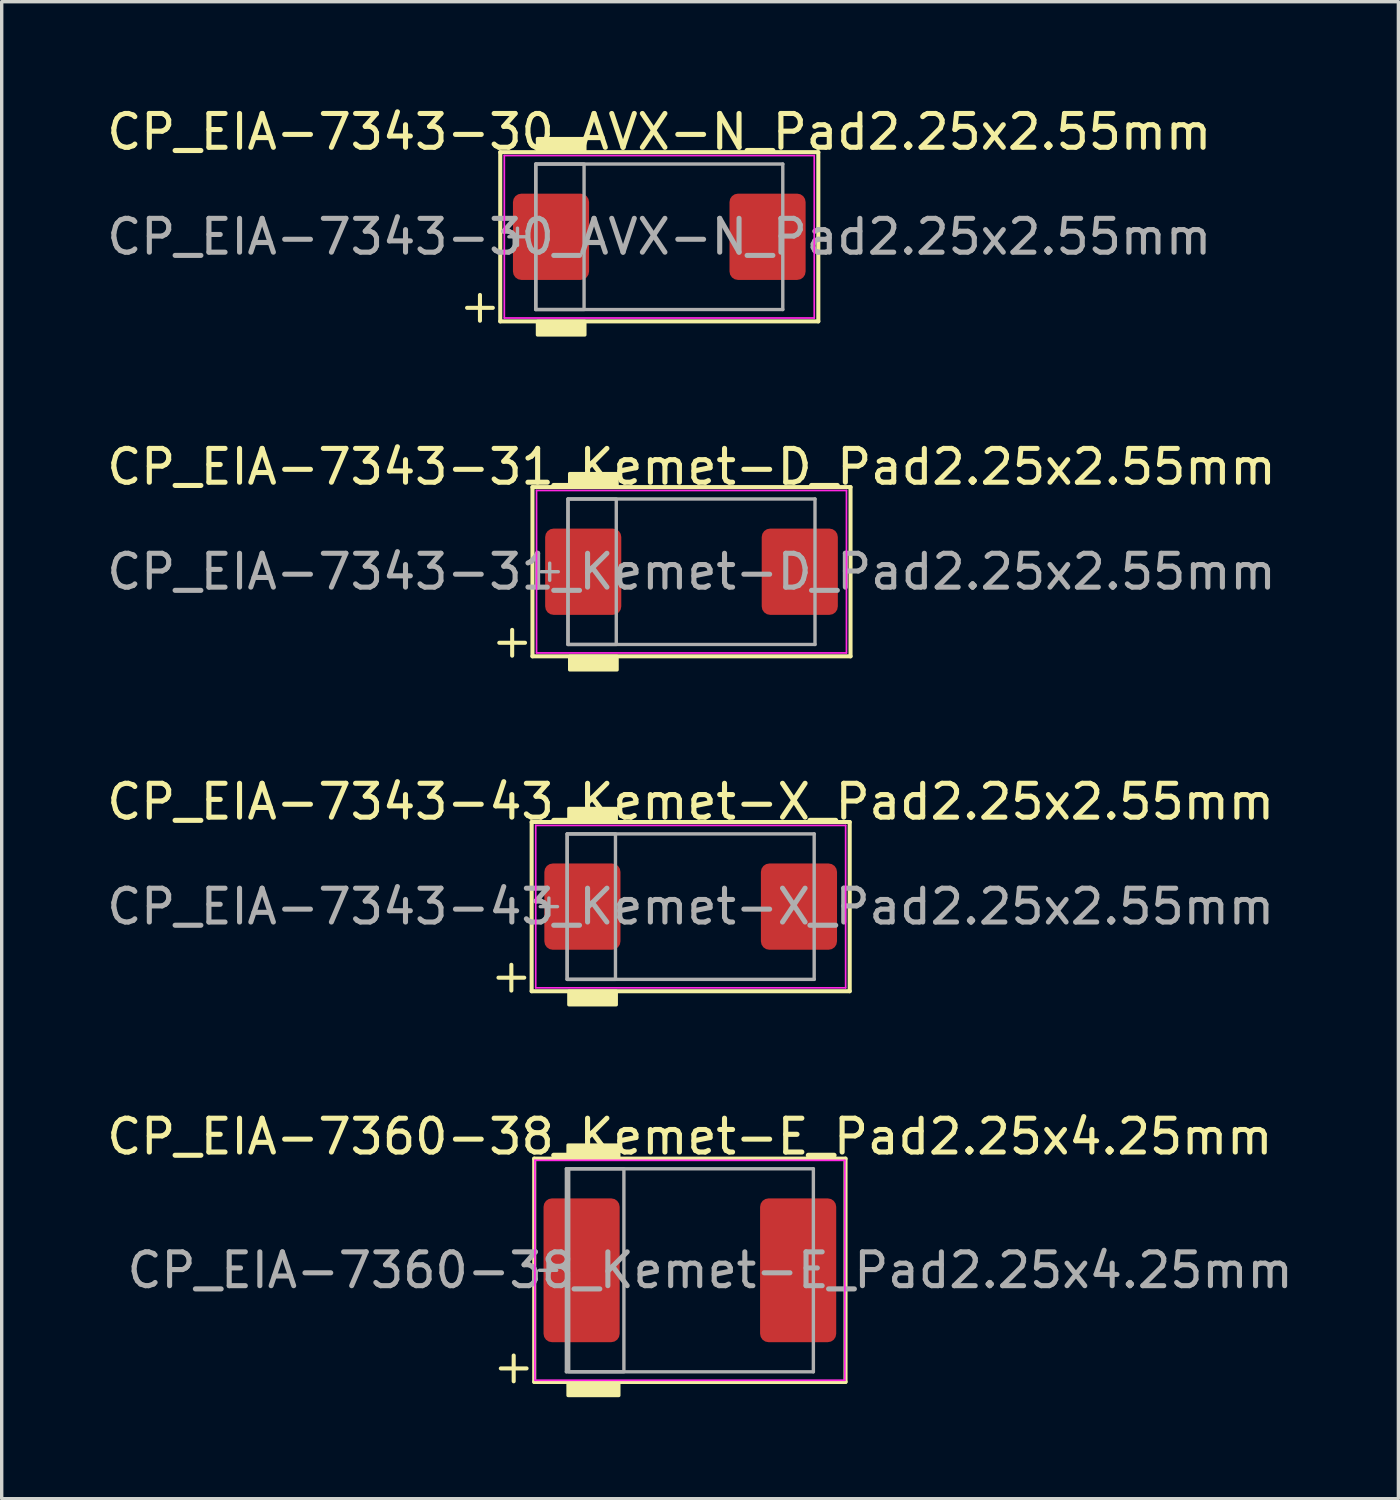
<source format=kicad_pcb>
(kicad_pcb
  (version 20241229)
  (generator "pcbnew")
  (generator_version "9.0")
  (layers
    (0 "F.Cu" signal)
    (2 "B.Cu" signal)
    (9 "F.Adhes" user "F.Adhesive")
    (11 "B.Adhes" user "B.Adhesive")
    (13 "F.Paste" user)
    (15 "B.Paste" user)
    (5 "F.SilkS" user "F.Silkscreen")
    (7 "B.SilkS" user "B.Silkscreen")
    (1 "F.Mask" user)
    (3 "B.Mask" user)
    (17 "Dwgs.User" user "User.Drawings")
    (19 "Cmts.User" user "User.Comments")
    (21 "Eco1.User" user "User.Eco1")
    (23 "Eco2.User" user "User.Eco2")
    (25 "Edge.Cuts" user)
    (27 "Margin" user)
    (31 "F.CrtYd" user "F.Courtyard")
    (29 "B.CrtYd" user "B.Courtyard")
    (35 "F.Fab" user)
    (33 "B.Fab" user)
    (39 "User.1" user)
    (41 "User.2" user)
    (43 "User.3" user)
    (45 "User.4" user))
  (footprint "CP_EIA-7360-38_Kemet-E_Pad2.25x4.25mm"
    (layer "F.Cu")
    (at 17.339 34.493)
    (property "Reference" "CP_EIA-7360-38_Kemet-E_Pad2.25x4.25mm" (at 0 -3.95 0) (layer "F.SilkS") (effects (font (size 1 1) (thickness 0.15))))
    (attr smd)
    (fp_line (start -5.588 2.9) (end -4.826 2.9) (stroke (width 0.12) (type solid)) (layer "F.SilkS"))
    (fp_line (start -5.207 2.519) (end -5.207 3.281) (stroke (width 0.12) (type solid)) (layer "F.SilkS"))
    (fp_line (start -4.6 -3.3) (end -4.6 3.3) (stroke (width 0.12) (type solid)) (layer "F.SilkS"))
    (fp_line (start -4.6 3.3) (end 4.6 3.3) (stroke (width 0.12) (type solid)) (layer "F.SilkS"))
    (fp_line (start 4.6 -3.3) (end -4.6 -3.3) (stroke (width 0.12) (type solid)) (layer "F.SilkS"))
    (fp_line (start 4.6 3.3) (end 4.6 -3.3) (stroke (width 0.12) (type solid)) (layer "F.SilkS"))
    (fp_poly (pts (xy -2.1 -3.3) (xy -3.6 -3.3) (xy -3.6 -3.7) (xy -2.1 -3.7)) (stroke (width 0.1) (type solid)) (fill yes) (layer "F.SilkS"))
    (fp_poly (pts (xy -2.1 3.7) (xy -3.6 3.7) (xy -3.6 3.3) (xy -2.1 3.3)) (stroke (width 0.1) (type solid)) (fill yes) (layer "F.SilkS"))
    (fp_line (start -4.58 -3.25) (end 4.58 -3.25) (stroke (width 0.05) (type solid)) (layer "F.CrtYd"))
    (fp_line (start -4.58 3.25) (end -4.58 -3.25) (stroke (width 0.05) (type solid)) (layer "F.CrtYd"))
    (fp_line (start 4.58 -3.25) (end 4.58 3.25) (stroke (width 0.05) (type solid)) (layer "F.CrtYd"))
    (fp_line (start 4.58 3.25) (end -4.58 3.25) (stroke (width 0.05) (type solid)) (layer "F.CrtYd"))
    (fp_line (start -4.191 -0.254) (end -4.191 0.254) (stroke (width 0.1) (type solid)) (layer "F.Fab"))
    (fp_line (start -3.937 0) (end -4.445 0) (stroke (width 0.1) (type solid)) (layer "F.Fab"))
    (fp_line (start -3.65 -3) (end -3.65 3) (stroke (width 0.1) (type solid)) (layer "F.Fab"))
    (fp_line (start -3.65 3) (end 3.65 3) (stroke (width 0.1) (type solid)) (layer "F.Fab"))
    (fp_line (start 3.65 -3) (end -3.65 -3) (stroke (width 0.1) (type solid)) (layer "F.Fab"))
    (fp_line (start 3.65 3) (end 3.65 -3) (stroke (width 0.1) (type solid)) (layer "F.Fab"))
    (fp_rect (start -3.581 -3) (end -1.95 3) (stroke (width 0.1) (type solid)) (fill no) (layer "F.Fab"))
    (fp_text user "${REFERENCE}" (at 0.6 0 0) (layer "F.Fab") (effects (font (size 1 1) (thickness 0.15))))
    (pad "1" smd roundrect (at -3.2 0) (size 2.25 4.25) (layers "F.Cu" "F.Mask" "F.Paste") (roundrect_rratio 0.111))
    (pad "2" smd roundrect (at 3.2 0) (size 2.25 4.25) (layers "F.Cu" "F.Mask" "F.Paste") (roundrect_rratio 0.111)))
  (footprint "CP_EIA-7343-43_Kemet-X_Pad2.25x2.55mm"
    (layer "F.Cu")
    (at 17.363 23.745)
    (property "Reference" "CP_EIA-7343-43_Kemet-X_Pad2.25x2.55mm" (at 0 -3.1 0) (layer "F.SilkS") (effects (font (size 1 1) (thickness 0.15))))
    (attr smd)
    (fp_line (start -5.681 2.1) (end -4.919 2.1) (stroke (width 0.12) (type solid)) (layer "F.SilkS"))
    (fp_line (start -5.3 1.719) (end -5.3 2.481) (stroke (width 0.12) (type solid)) (layer "F.SilkS"))
    (fp_line (start -4.7 -2.5) (end -4.7 2.5) (stroke (width 0.12) (type solid)) (layer "F.SilkS"))
    (fp_line (start -4.7 2.5) (end 4.7 2.5) (stroke (width 0.12) (type solid)) (layer "F.SilkS"))
    (fp_line (start 4.7 -2.5) (end -4.7 -2.5) (stroke (width 0.12) (type solid)) (layer "F.SilkS"))
    (fp_line (start 4.7 2.5) (end 4.7 -2.5) (stroke (width 0.12) (type solid)) (layer "F.SilkS"))
    (fp_poly (pts (xy -2.2 -2.5) (xy -3.6 -2.5) (xy -3.6 -2.9) (xy -2.2 -2.9)) (stroke (width 0.1) (type solid)) (fill yes) (layer "F.SilkS"))
    (fp_poly (pts (xy -2.2 2.9) (xy -3.6 2.9) (xy -3.6 2.5) (xy -2.2 2.5)) (stroke (width 0.1) (type solid)) (fill yes) (layer "F.SilkS"))
    (fp_line (start -4.58 -2.4) (end 4.58 -2.4) (stroke (width 0.05) (type solid)) (layer "F.CrtYd"))
    (fp_line (start -4.58 2.4) (end -4.58 -2.4) (stroke (width 0.05) (type solid)) (layer "F.CrtYd"))
    (fp_line (start 4.58 -2.4) (end 4.58 2.4) (stroke (width 0.05) (type solid)) (layer "F.CrtYd"))
    (fp_line (start 4.58 2.4) (end -4.58 2.4) (stroke (width 0.05) (type solid)) (layer "F.CrtYd"))
    (fp_line (start -4.191 -0.254) (end -4.191 0.254) (stroke (width 0.1) (type solid)) (layer "F.Fab"))
    (fp_line (start -3.937 0) (end -4.445 0) (stroke (width 0.1) (type solid)) (layer "F.Fab"))
    (fp_line (start -3.65 -2.15) (end -3.65 2.15) (stroke (width 0.1) (type solid)) (layer "F.Fab"))
    (fp_line (start -3.65 2.15) (end 3.65 2.15) (stroke (width 0.1) (type solid)) (layer "F.Fab"))
    (fp_line (start 3.65 -2.15) (end -3.65 -2.15) (stroke (width 0.1) (type solid)) (layer "F.Fab"))
    (fp_line (start 3.65 2.15) (end 3.65 -2.15) (stroke (width 0.1) (type solid)) (layer "F.Fab"))
    (fp_rect (start -3.65 -2.15) (end -2.223 2.15) (stroke (width 0.1) (type solid)) (fill no) (layer "F.Fab"))
    (fp_text user "${REFERENCE}" (at 0 0 0) (layer "F.Fab") (effects (font (size 1 1) (thickness 0.15))))
    (pad "1" smd roundrect (at -3.2 0) (size 2.25 2.55) (layers "F.Cu" "F.Mask" "F.Paste") (roundrect_rratio 0.111))
    (pad "2" smd roundrect (at 3.2 0) (size 2.25 2.55) (layers "F.Cu" "F.Mask" "F.Paste") (roundrect_rratio 0.111)))
  (footprint "CP_EIA-7343-31_Kemet-D_Pad2.25x2.55mm"
    (layer "F.Cu")
    (at 17.387 13.847)
    (property "Reference" "CP_EIA-7343-31_Kemet-D_Pad2.25x2.55mm" (at 0 -3.1 0) (layer "F.SilkS") (effects (font (size 1 1) (thickness 0.15))))
    (attr smd)
    (fp_line (start -5.681 2.1) (end -4.919 2.1) (stroke (width 0.12) (type solid)) (layer "F.SilkS"))
    (fp_line (start -5.3 1.719) (end -5.3 2.481) (stroke (width 0.12) (type solid)) (layer "F.SilkS"))
    (fp_line (start -4.7 -2.5) (end -4.7 2.5) (stroke (width 0.12) (type solid)) (layer "F.SilkS"))
    (fp_line (start -4.7 2.5) (end 4.7 2.5) (stroke (width 0.12) (type solid)) (layer "F.SilkS"))
    (fp_line (start 4.7 -2.5) (end -4.7 -2.5) (stroke (width 0.12) (type solid)) (layer "F.SilkS"))
    (fp_line (start 4.7 2.5) (end 4.7 -2.5) (stroke (width 0.12) (type solid)) (layer "F.SilkS"))
    (fp_poly (pts (xy -2.2 -2.5) (xy -3.6 -2.5) (xy -3.6 -2.9) (xy -2.2 -2.9)) (stroke (width 0.1) (type solid)) (fill yes) (layer "F.SilkS"))
    (fp_poly (pts (xy -2.2 2.9) (xy -3.6 2.9) (xy -3.6 2.5) (xy -2.2 2.5)) (stroke (width 0.1) (type solid)) (fill yes) (layer "F.SilkS"))
    (fp_line (start -4.58 -2.4) (end 4.58 -2.4) (stroke (width 0.05) (type solid)) (layer "F.CrtYd"))
    (fp_line (start -4.58 2.4) (end -4.58 -2.4) (stroke (width 0.05) (type solid)) (layer "F.CrtYd"))
    (fp_line (start 4.58 -2.4) (end 4.58 2.4) (stroke (width 0.05) (type solid)) (layer "F.CrtYd"))
    (fp_line (start 4.58 2.4) (end -4.58 2.4) (stroke (width 0.05) (type solid)) (layer "F.CrtYd"))
    (fp_line (start -4.191 -0.254) (end -4.191 0.254) (stroke (width 0.1) (type solid)) (layer "F.Fab"))
    (fp_line (start -3.937 0) (end -4.445 0) (stroke (width 0.1) (type solid)) (layer "F.Fab"))
    (fp_line (start -3.65 -2.15) (end -3.65 2.15) (stroke (width 0.1) (type solid)) (layer "F.Fab"))
    (fp_line (start -3.65 2.15) (end 3.65 2.15) (stroke (width 0.1) (type solid)) (layer "F.Fab"))
    (fp_line (start 3.65 -2.15) (end -3.65 -2.15) (stroke (width 0.1) (type solid)) (layer "F.Fab"))
    (fp_line (start 3.65 2.15) (end 3.65 -2.15) (stroke (width 0.1) (type solid)) (layer "F.Fab"))
    (fp_rect (start -3.65 -2.15) (end -2.223 2.15) (stroke (width 0.1) (type solid)) (fill no) (layer "F.Fab"))
    (fp_text user "${REFERENCE}" (at 0 0 0) (layer "F.Fab") (effects (font (size 1 1) (thickness 0.15))))
    (pad "1" smd roundrect (at -3.2 0) (size 2.25 2.55) (layers "F.Cu" "F.Mask" "F.Paste") (roundrect_rratio 0.111))
    (pad "2" smd roundrect (at 3.2 0) (size 2.25 2.55) (layers "F.Cu" "F.Mask" "F.Paste") (roundrect_rratio 0.111)))
  (footprint "CP_EIA-7343-30_AVX-N_Pad2.25x2.55mm"
    (layer "F.Cu")
    (at 16.435 3.948)
    (property "Reference" "CP_EIA-7343-30_AVX-N_Pad2.25x2.55mm" (at 0 -3.1 0) (layer "F.SilkS") (effects (font (size 1 1) (thickness 0.15))))
    (attr smd)
    (fp_line (start -5.681 2.1) (end -4.919 2.1) (stroke (width 0.12) (type solid)) (layer "F.SilkS"))
    (fp_line (start -5.3 1.719) (end -5.3 2.481) (stroke (width 0.12) (type solid)) (layer "F.SilkS"))
    (fp_line (start -4.7 -2.5) (end -4.7 2.5) (stroke (width 0.12) (type solid)) (layer "F.SilkS"))
    (fp_line (start -4.7 2.5) (end 4.7 2.5) (stroke (width 0.12) (type solid)) (layer "F.SilkS"))
    (fp_line (start 4.7 -2.5) (end -4.7 -2.5) (stroke (width 0.12) (type solid)) (layer "F.SilkS"))
    (fp_line (start 4.7 2.5) (end 4.7 -2.5) (stroke (width 0.12) (type solid)) (layer "F.SilkS"))
    (fp_poly (pts (xy -2.2 -2.5) (xy -3.6 -2.5) (xy -3.6 -2.9) (xy -2.2 -2.9)) (stroke (width 0.1) (type solid)) (fill yes) (layer "F.SilkS"))
    (fp_poly (pts (xy -2.2 2.9) (xy -3.6 2.9) (xy -3.6 2.5) (xy -2.2 2.5)) (stroke (width 0.1) (type solid)) (fill yes) (layer "F.SilkS"))
    (fp_line (start -4.58 -2.4) (end 4.58 -2.4) (stroke (width 0.05) (type solid)) (layer "F.CrtYd"))
    (fp_line (start -4.58 2.4) (end -4.58 -2.4) (stroke (width 0.05) (type solid)) (layer "F.CrtYd"))
    (fp_line (start 4.58 -2.4) (end 4.58 2.4) (stroke (width 0.05) (type solid)) (layer "F.CrtYd"))
    (fp_line (start 4.58 2.4) (end -4.58 2.4) (stroke (width 0.05) (type solid)) (layer "F.CrtYd"))
    (fp_line (start -4.191 -0.254) (end -4.191 0.254) (stroke (width 0.1) (type solid)) (layer "F.Fab"))
    (fp_line (start -3.937 0) (end -4.445 0) (stroke (width 0.1) (type solid)) (layer "F.Fab"))
    (fp_line (start -3.65 -2.15) (end -3.65 2.15) (stroke (width 0.1) (type solid)) (layer "F.Fab"))
    (fp_line (start -3.65 2.15) (end 3.65 2.15) (stroke (width 0.1) (type solid)) (layer "F.Fab"))
    (fp_line (start 3.65 -2.15) (end -3.65 -2.15) (stroke (width 0.1) (type solid)) (layer "F.Fab"))
    (fp_line (start 3.65 2.15) (end 3.65 -2.15) (stroke (width 0.1) (type solid)) (layer "F.Fab"))
    (fp_rect (start -3.65 -2.15) (end -2.223 2.15) (stroke (width 0.1) (type solid)) (fill no) (layer "F.Fab"))
    (fp_text user "${REFERENCE}" (at 0 0 0) (layer "F.Fab") (effects (font (size 1 1) (thickness 0.15))))
    (pad "1" smd roundrect (at -3.2 0) (size 2.25 2.55) (layers "F.Cu" "F.Mask" "F.Paste") (roundrect_rratio 0.111))
    (pad "2" smd roundrect (at 3.2 0) (size 2.25 2.55) (layers "F.Cu" "F.Mask" "F.Paste") (roundrect_rratio 0.111)))
  (gr_rect
    (start -3 -3)
    (end 38.279 41.243)
    (stroke (width 0.1) (type default))
    (fill no)
    (layer "Edge.Cuts")))
</source>
